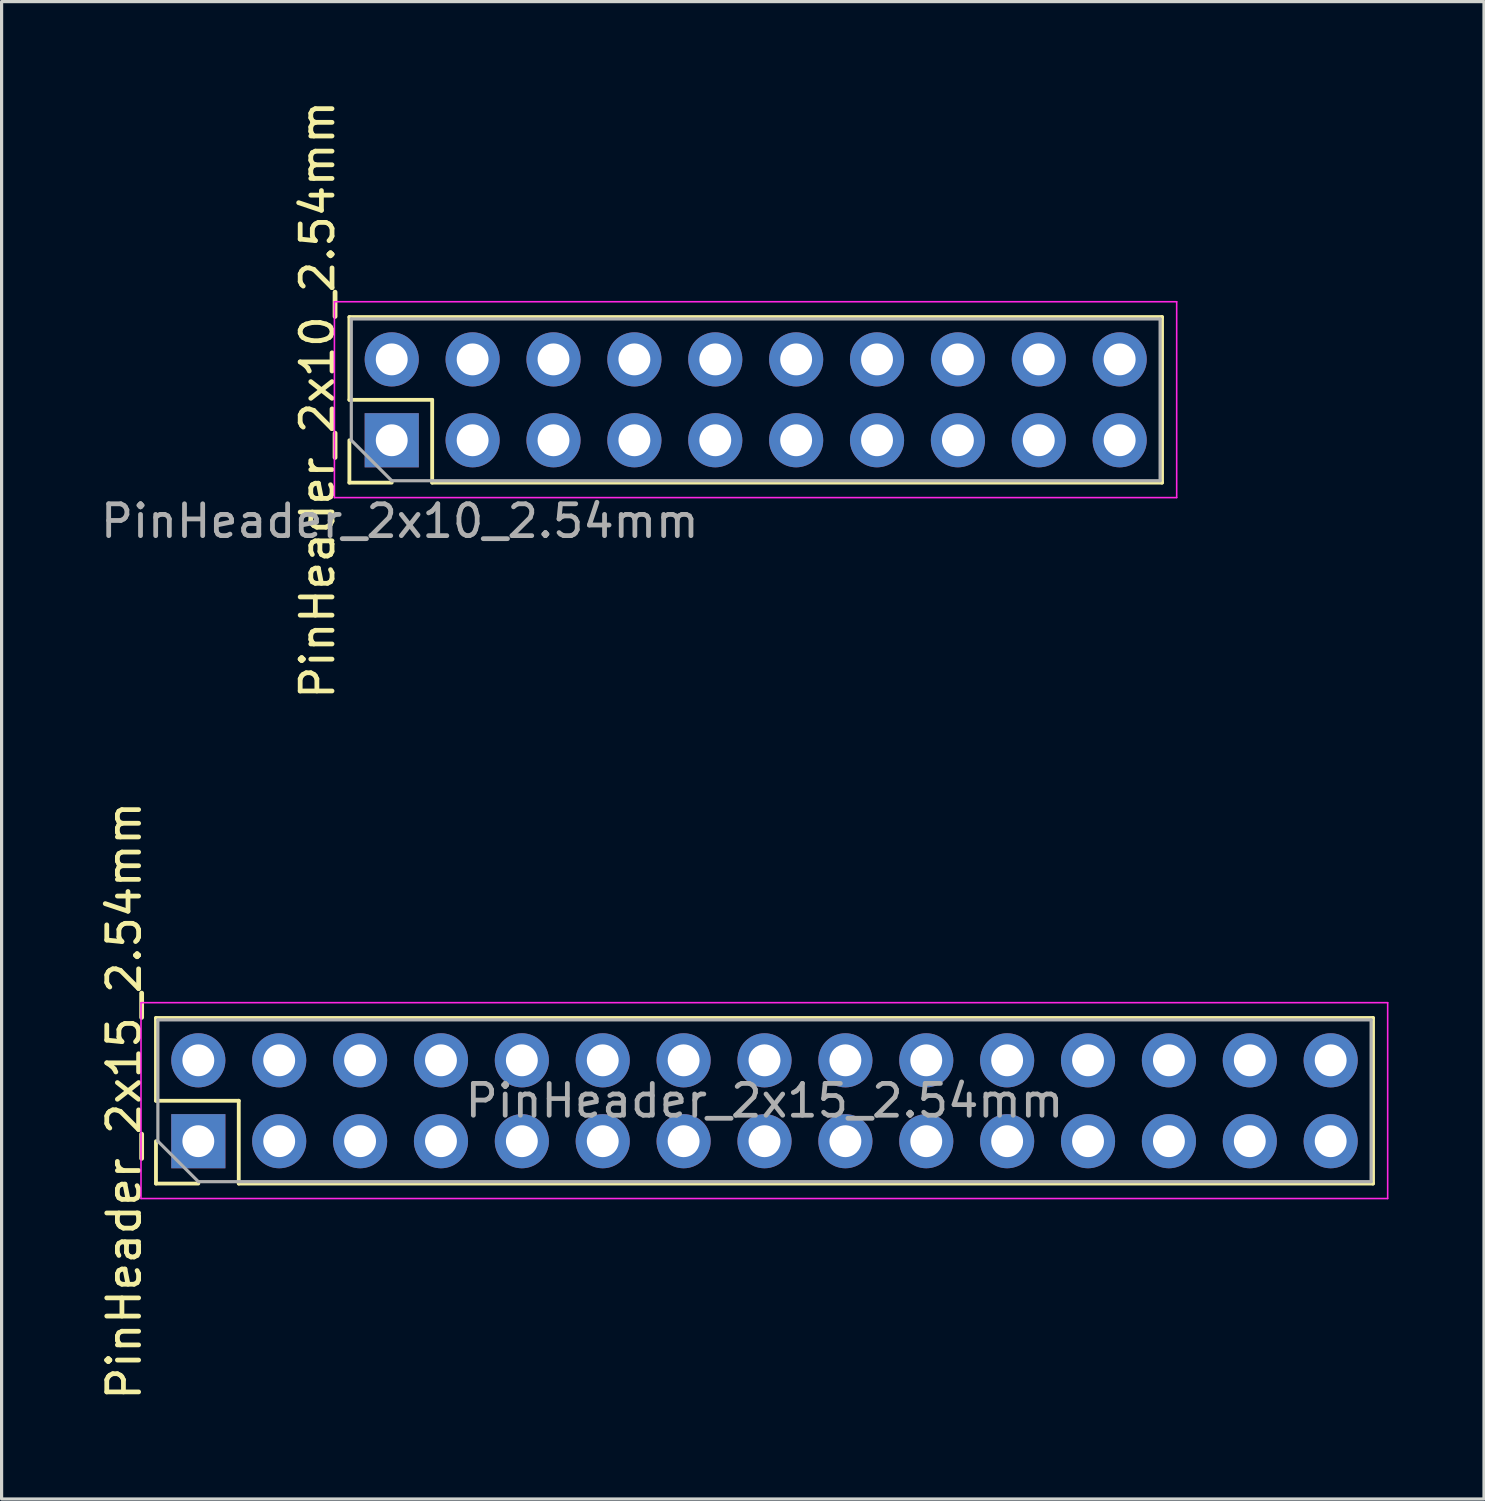
<source format=kicad_pcb>
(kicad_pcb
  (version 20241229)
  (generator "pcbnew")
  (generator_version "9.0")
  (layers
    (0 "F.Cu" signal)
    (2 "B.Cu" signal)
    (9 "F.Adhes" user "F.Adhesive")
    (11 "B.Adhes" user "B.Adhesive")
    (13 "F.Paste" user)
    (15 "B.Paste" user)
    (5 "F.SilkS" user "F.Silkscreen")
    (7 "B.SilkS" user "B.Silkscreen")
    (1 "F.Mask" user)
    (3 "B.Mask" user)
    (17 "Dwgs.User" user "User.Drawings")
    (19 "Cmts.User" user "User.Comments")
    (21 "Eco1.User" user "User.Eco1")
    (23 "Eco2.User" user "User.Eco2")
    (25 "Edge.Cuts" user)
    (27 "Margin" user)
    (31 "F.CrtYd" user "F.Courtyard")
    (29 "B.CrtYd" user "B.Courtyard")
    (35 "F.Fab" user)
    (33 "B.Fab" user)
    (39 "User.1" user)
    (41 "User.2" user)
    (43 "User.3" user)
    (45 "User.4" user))
  (footprint "PinHeader_2x15_2.54mm"
    (layer "F.Cu")
    (at 3.178 32.788)
    (property "Reference" "PinHeader_2x15_2.54mm" (at -2.33 -1.27 90) (layer "F.SilkS") (effects (font (size 1 1) (thickness 0.15))))
    (attr through_hole)
    (fp_line (start -1.33 -3.87) (end 36.89 -3.87) (stroke (width 0.12) (type solid)) (layer "F.SilkS"))
    (fp_line (start -1.33 -1.27) (end -1.33 -3.87) (stroke (width 0.12) (type solid)) (layer "F.SilkS"))
    (fp_line (start -1.33 1.33) (end -1.33 0) (stroke (width 0.12) (type solid)) (layer "F.SilkS"))
    (fp_line (start 0 1.33) (end -1.33 1.33) (stroke (width 0.12) (type solid)) (layer "F.SilkS"))
    (fp_line (start 1.27 -1.27) (end -1.33 -1.27) (stroke (width 0.12) (type solid)) (layer "F.SilkS"))
    (fp_line (start 1.27 1.33) (end 1.27 -1.27) (stroke (width 0.12) (type solid)) (layer "F.SilkS"))
    (fp_line (start 1.27 1.33) (end 36.89 1.33) (stroke (width 0.12) (type solid)) (layer "F.SilkS"))
    (fp_line (start 36.89 1.33) (end 36.89 -3.87) (stroke (width 0.12) (type solid)) (layer "F.SilkS"))
    (fp_poly (pts (xy 0.254 -2.286) (xy -0.254 -2.286) (xy -0.254 -2.794) (xy 0.254 -2.794)) (stroke (width 0.1) (type solid)) (fill no) (layer "Dwgs.User"))
    (fp_poly (pts (xy 0.254 0.254) (xy -0.254 0.254) (xy -0.254 -0.254) (xy 0.254 -0.254)) (stroke (width 0.1) (type solid)) (fill no) (layer "Dwgs.User"))
    (fp_poly (pts (xy 2.794 -2.286) (xy 2.286 -2.286) (xy 2.286 -2.794) (xy 2.794 -2.794)) (stroke (width 0.1) (type solid)) (fill no) (layer "Dwgs.User"))
    (fp_poly (pts (xy 2.794 0.254) (xy 2.286 0.254) (xy 2.286 -0.254) (xy 2.794 -0.254)) (stroke (width 0.1) (type solid)) (fill no) (layer "Dwgs.User"))
    (fp_poly (pts (xy 5.334 -2.286) (xy 4.826 -2.286) (xy 4.826 -2.794) (xy 5.334 -2.794)) (stroke (width 0.1) (type solid)) (fill no) (layer "Dwgs.User"))
    (fp_poly (pts (xy 5.334 0.254) (xy 4.826 0.254) (xy 4.826 -0.254) (xy 5.334 -0.254)) (stroke (width 0.1) (type solid)) (fill no) (layer "Dwgs.User"))
    (fp_poly (pts (xy 7.874 -2.286) (xy 7.366 -2.286) (xy 7.366 -2.794) (xy 7.874 -2.794)) (stroke (width 0.1) (type solid)) (fill no) (layer "Dwgs.User"))
    (fp_poly (pts (xy 7.874 0.254) (xy 7.366 0.254) (xy 7.366 -0.254) (xy 7.874 -0.254)) (stroke (width 0.1) (type solid)) (fill no) (layer "Dwgs.User"))
    (fp_poly (pts (xy 10.414 -2.286) (xy 9.906 -2.286) (xy 9.906 -2.794) (xy 10.414 -2.794)) (stroke (width 0.1) (type solid)) (fill no) (layer "Dwgs.User"))
    (fp_poly (pts (xy 10.414 0.254) (xy 9.906 0.254) (xy 9.906 -0.254) (xy 10.414 -0.254)) (stroke (width 0.1) (type solid)) (fill no) (layer "Dwgs.User"))
    (fp_poly (pts (xy 12.954 -2.286) (xy 12.446 -2.286) (xy 12.446 -2.794) (xy 12.954 -2.794)) (stroke (width 0.1) (type solid)) (fill no) (layer "Dwgs.User"))
    (fp_poly (pts (xy 12.954 0.254) (xy 12.446 0.254) (xy 12.446 -0.254) (xy 12.954 -0.254)) (stroke (width 0.1) (type solid)) (fill no) (layer "Dwgs.User"))
    (fp_poly (pts (xy 15.494 -2.286) (xy 14.986 -2.286) (xy 14.986 -2.794) (xy 15.494 -2.794)) (stroke (width 0.1) (type solid)) (fill no) (layer "Dwgs.User"))
    (fp_poly (pts (xy 15.494 0.254) (xy 14.986 0.254) (xy 14.986 -0.254) (xy 15.494 -0.254)) (stroke (width 0.1) (type solid)) (fill no) (layer "Dwgs.User"))
    (fp_poly (pts (xy 18.034 -2.286) (xy 17.526 -2.286) (xy 17.526 -2.794) (xy 18.034 -2.794)) (stroke (width 0.1) (type solid)) (fill no) (layer "Dwgs.User"))
    (fp_poly (pts (xy 18.034 0.254) (xy 17.526 0.254) (xy 17.526 -0.254) (xy 18.034 -0.254)) (stroke (width 0.1) (type solid)) (fill no) (layer "Dwgs.User"))
    (fp_poly (pts (xy 20.574 -2.286) (xy 20.066 -2.286) (xy 20.066 -2.794) (xy 20.574 -2.794)) (stroke (width 0.1) (type solid)) (fill no) (layer "Dwgs.User"))
    (fp_poly (pts (xy 20.574 0.254) (xy 20.066 0.254) (xy 20.066 -0.254) (xy 20.574 -0.254)) (stroke (width 0.1) (type solid)) (fill no) (layer "Dwgs.User"))
    (fp_poly (pts (xy 23.114 -2.286) (xy 22.606 -2.286) (xy 22.606 -2.794) (xy 23.114 -2.794)) (stroke (width 0.1) (type solid)) (fill no) (layer "Dwgs.User"))
    (fp_poly (pts (xy 23.114 0.254) (xy 22.606 0.254) (xy 22.606 -0.254) (xy 23.114 -0.254)) (stroke (width 0.1) (type solid)) (fill no) (layer "Dwgs.User"))
    (fp_poly (pts (xy 25.654 -2.286) (xy 25.146 -2.286) (xy 25.146 -2.794) (xy 25.654 -2.794)) (stroke (width 0.1) (type solid)) (fill no) (layer "Dwgs.User"))
    (fp_poly (pts (xy 25.654 0.254) (xy 25.146 0.254) (xy 25.146 -0.254) (xy 25.654 -0.254)) (stroke (width 0.1) (type solid)) (fill no) (layer "Dwgs.User"))
    (fp_poly (pts (xy 28.194 -2.286) (xy 27.686 -2.286) (xy 27.686 -2.794) (xy 28.194 -2.794)) (stroke (width 0.1) (type solid)) (fill no) (layer "Dwgs.User"))
    (fp_poly (pts (xy 28.194 0.254) (xy 27.686 0.254) (xy 27.686 -0.254) (xy 28.194 -0.254)) (stroke (width 0.1) (type solid)) (fill no) (layer "Dwgs.User"))
    (fp_poly (pts (xy 30.734 -2.286) (xy 30.226 -2.286) (xy 30.226 -2.794) (xy 30.734 -2.794)) (stroke (width 0.1) (type solid)) (fill no) (layer "Dwgs.User"))
    (fp_poly (pts (xy 30.734 0.254) (xy 30.226 0.254) (xy 30.226 -0.254) (xy 30.734 -0.254)) (stroke (width 0.1) (type solid)) (fill no) (layer "Dwgs.User"))
    (fp_poly (pts (xy 33.274 -2.286) (xy 32.766 -2.286) (xy 32.766 -2.794) (xy 33.274 -2.794)) (stroke (width 0.1) (type solid)) (fill no) (layer "Dwgs.User"))
    (fp_poly (pts (xy 33.274 0.254) (xy 32.766 0.254) (xy 32.766 -0.254) (xy 33.274 -0.254)) (stroke (width 0.1) (type solid)) (fill no) (layer "Dwgs.User"))
    (fp_poly (pts (xy 35.814 -2.286) (xy 35.306 -2.286) (xy 35.306 -2.794) (xy 35.814 -2.794)) (stroke (width 0.1) (type solid)) (fill no) (layer "Dwgs.User"))
    (fp_poly (pts (xy 35.814 0.254) (xy 35.306 0.254) (xy 35.306 -0.254) (xy 35.814 -0.254)) (stroke (width 0.1) (type solid)) (fill no) (layer "Dwgs.User"))
    (fp_line (start -1.8 -4.35) (end -1.8 1.8) (stroke (width 0.05) (type solid)) (layer "F.CrtYd"))
    (fp_line (start -1.8 1.8) (end 37.35 1.8) (stroke (width 0.05) (type solid)) (layer "F.CrtYd"))
    (fp_line (start 37.35 -4.35) (end -1.8 -4.35) (stroke (width 0.05) (type solid)) (layer "F.CrtYd"))
    (fp_line (start 37.35 1.8) (end 37.35 -4.35) (stroke (width 0.05) (type solid)) (layer "F.CrtYd"))
    (fp_line (start -1.27 -3.81) (end 36.83 -3.81) (stroke (width 0.1) (type solid)) (layer "F.Fab"))
    (fp_line (start -1.27 0) (end -1.27 -3.81) (stroke (width 0.1) (type solid)) (layer "F.Fab"))
    (fp_line (start 0 1.27) (end -1.27 0) (stroke (width 0.1) (type solid)) (layer "F.Fab"))
    (fp_line (start 36.83 -3.81) (end 36.83 1.27) (stroke (width 0.1) (type solid)) (layer "F.Fab"))
    (fp_line (start 36.83 1.27) (end 0 1.27) (stroke (width 0.1) (type solid)) (layer "F.Fab"))
    (fp_text user "${REFERENCE}" (at 17.78 -1.27 180) (layer "F.Fab") (effects (font (size 1 1) (thickness 0.15))))
    (pad "1" thru_hole rect (at 0 0 90) (size 1.7 1.7) (drill 1) (layers "*.Cu" "*.Mask"))
    (pad "2" thru_hole oval (at 0 -2.54 90) (size 1.7 1.7) (drill 1) (layers "*.Cu" "*.Mask"))
    (pad "3" thru_hole oval (at 2.54 0 90) (size 1.7 1.7) (drill 1) (layers "*.Cu" "*.Mask"))
    (pad "4" thru_hole oval (at 2.54 -2.54 90) (size 1.7 1.7) (drill 1) (layers "*.Cu" "*.Mask"))
    (pad "5" thru_hole oval (at 5.08 0 90) (size 1.7 1.7) (drill 1) (layers "*.Cu" "*.Mask"))
    (pad "6" thru_hole oval (at 5.08 -2.54 90) (size 1.7 1.7) (drill 1) (layers "*.Cu" "*.Mask"))
    (pad "7" thru_hole oval (at 7.62 0 90) (size 1.7 1.7) (drill 1) (layers "*.Cu" "*.Mask"))
    (pad "8" thru_hole oval (at 7.62 -2.54 90) (size 1.7 1.7) (drill 1) (layers "*.Cu" "*.Mask"))
    (pad "9" thru_hole oval (at 10.16 0 90) (size 1.7 1.7) (drill 1) (layers "*.Cu" "*.Mask"))
    (pad "10" thru_hole oval (at 10.16 -2.54 90) (size 1.7 1.7) (drill 1) (layers "*.Cu" "*.Mask"))
    (pad "11" thru_hole oval (at 12.7 0 90) (size 1.7 1.7) (drill 1) (layers "*.Cu" "*.Mask"))
    (pad "12" thru_hole oval (at 12.7 -2.54 90) (size 1.7 1.7) (drill 1) (layers "*.Cu" "*.Mask"))
    (pad "13" thru_hole oval (at 15.24 0 90) (size 1.7 1.7) (drill 1) (layers "*.Cu" "*.Mask"))
    (pad "14" thru_hole oval (at 15.24 -2.54 90) (size 1.7 1.7) (drill 1) (layers "*.Cu" "*.Mask"))
    (pad "15" thru_hole oval (at 17.78 0 90) (size 1.7 1.7) (drill 1) (layers "*.Cu" "*.Mask"))
    (pad "16" thru_hole oval (at 17.78 -2.54 90) (size 1.7 1.7) (drill 1) (layers "*.Cu" "*.Mask"))
    (pad "17" thru_hole oval (at 20.32 0 90) (size 1.7 1.7) (drill 1) (layers "*.Cu" "*.Mask"))
    (pad "18" thru_hole oval (at 20.32 -2.54 90) (size 1.7 1.7) (drill 1) (layers "*.Cu" "*.Mask"))
    (pad "19" thru_hole oval (at 22.86 0 90) (size 1.7 1.7) (drill 1) (layers "*.Cu" "*.Mask"))
    (pad "20" thru_hole oval (at 22.86 -2.54 90) (size 1.7 1.7) (drill 1) (layers "*.Cu" "*.Mask"))
    (pad "21" thru_hole oval (at 25.4 0 90) (size 1.7 1.7) (drill 1) (layers "*.Cu" "*.Mask"))
    (pad "22" thru_hole oval (at 25.4 -2.54 90) (size 1.7 1.7) (drill 1) (layers "*.Cu" "*.Mask"))
    (pad "23" thru_hole oval (at 27.94 0 90) (size 1.7 1.7) (drill 1) (layers "*.Cu" "*.Mask"))
    (pad "24" thru_hole oval (at 27.94 -2.54 90) (size 1.7 1.7) (drill 1) (layers "*.Cu" "*.Mask"))
    (pad "25" thru_hole oval (at 30.48 0 90) (size 1.7 1.7) (drill 1) (layers "*.Cu" "*.Mask"))
    (pad "26" thru_hole oval (at 30.48 -2.54 90) (size 1.7 1.7) (drill 1) (layers "*.Cu" "*.Mask"))
    (pad "27" thru_hole oval (at 33.02 0 90) (size 1.7 1.7) (drill 1) (layers "*.Cu" "*.Mask"))
    (pad "28" thru_hole oval (at 33.02 -2.54 90) (size 1.7 1.7) (drill 1) (layers "*.Cu" "*.Mask"))
    (pad "29" thru_hole oval (at 35.56 0 90) (size 1.7 1.7) (drill 1) (layers "*.Cu" "*.Mask"))
    (pad "30" thru_hole oval (at 35.56 -2.54 90) (size 1.7 1.7) (drill 1) (layers "*.Cu" "*.Mask")))
  (footprint "PinHeader_2x10_2.54mm"
    (layer "F.Cu")
    (at 9.252 10.776)
    (property "Reference" "PinHeader_2x10_2.54mm" (at -2.33 -1.27 90) (layer "F.SilkS") (effects (font (size 1 1) (thickness 0.15))))
    (attr through_hole)
    (fp_line (start -1.33 -3.87) (end 24.19 -3.87) (stroke (width 0.12) (type solid)) (layer "F.SilkS"))
    (fp_line (start -1.33 -1.27) (end -1.33 -3.87) (stroke (width 0.12) (type solid)) (layer "F.SilkS"))
    (fp_line (start -1.33 1.33) (end -1.33 0) (stroke (width 0.12) (type solid)) (layer "F.SilkS"))
    (fp_line (start 0 1.33) (end -1.33 1.33) (stroke (width 0.12) (type solid)) (layer "F.SilkS"))
    (fp_line (start 1.27 -1.27) (end -1.33 -1.27) (stroke (width 0.12) (type solid)) (layer "F.SilkS"))
    (fp_line (start 1.27 1.33) (end 1.27 -1.27) (stroke (width 0.12) (type solid)) (layer "F.SilkS"))
    (fp_line (start 1.27 1.33) (end 24.19 1.33) (stroke (width 0.12) (type solid)) (layer "F.SilkS"))
    (fp_line (start 24.19 1.33) (end 24.19 -3.87) (stroke (width 0.12) (type solid)) (layer "F.SilkS"))
    (fp_poly (pts (xy 0.254 -2.286) (xy -0.254 -2.286) (xy -0.254 -2.794) (xy 0.254 -2.794)) (stroke (width 0.1) (type solid)) (fill no) (layer "Dwgs.User"))
    (fp_poly (pts (xy 0.254 0.254) (xy -0.254 0.254) (xy -0.254 -0.254) (xy 0.254 -0.254)) (stroke (width 0.1) (type solid)) (fill no) (layer "Dwgs.User"))
    (fp_poly (pts (xy 2.794 -2.286) (xy 2.286 -2.286) (xy 2.286 -2.794) (xy 2.794 -2.794)) (stroke (width 0.1) (type solid)) (fill no) (layer "Dwgs.User"))
    (fp_poly (pts (xy 2.794 0.254) (xy 2.286 0.254) (xy 2.286 -0.254) (xy 2.794 -0.254)) (stroke (width 0.1) (type solid)) (fill no) (layer "Dwgs.User"))
    (fp_poly (pts (xy 5.334 -2.286) (xy 4.826 -2.286) (xy 4.826 -2.794) (xy 5.334 -2.794)) (stroke (width 0.1) (type solid)) (fill no) (layer "Dwgs.User"))
    (fp_poly (pts (xy 5.334 0.254) (xy 4.826 0.254) (xy 4.826 -0.254) (xy 5.334 -0.254)) (stroke (width 0.1) (type solid)) (fill no) (layer "Dwgs.User"))
    (fp_poly (pts (xy 7.874 -2.286) (xy 7.366 -2.286) (xy 7.366 -2.794) (xy 7.874 -2.794)) (stroke (width 0.1) (type solid)) (fill no) (layer "Dwgs.User"))
    (fp_poly (pts (xy 7.874 0.254) (xy 7.366 0.254) (xy 7.366 -0.254) (xy 7.874 -0.254)) (stroke (width 0.1) (type solid)) (fill no) (layer "Dwgs.User"))
    (fp_poly (pts (xy 10.414 -2.286) (xy 9.906 -2.286) (xy 9.906 -2.794) (xy 10.414 -2.794)) (stroke (width 0.1) (type solid)) (fill no) (layer "Dwgs.User"))
    (fp_poly (pts (xy 10.414 0.254) (xy 9.906 0.254) (xy 9.906 -0.254) (xy 10.414 -0.254)) (stroke (width 0.1) (type solid)) (fill no) (layer "Dwgs.User"))
    (fp_poly (pts (xy 12.954 -2.286) (xy 12.446 -2.286) (xy 12.446 -2.794) (xy 12.954 -2.794)) (stroke (width 0.1) (type solid)) (fill no) (layer "Dwgs.User"))
    (fp_poly (pts (xy 12.954 0.254) (xy 12.446 0.254) (xy 12.446 -0.254) (xy 12.954 -0.254)) (stroke (width 0.1) (type solid)) (fill no) (layer "Dwgs.User"))
    (fp_poly (pts (xy 15.494 -2.286) (xy 14.986 -2.286) (xy 14.986 -2.794) (xy 15.494 -2.794)) (stroke (width 0.1) (type solid)) (fill no) (layer "Dwgs.User"))
    (fp_poly (pts (xy 15.494 0.254) (xy 14.986 0.254) (xy 14.986 -0.254) (xy 15.494 -0.254)) (stroke (width 0.1) (type solid)) (fill no) (layer "Dwgs.User"))
    (fp_poly (pts (xy 18.034 -2.286) (xy 17.526 -2.286) (xy 17.526 -2.794) (xy 18.034 -2.794)) (stroke (width 0.1) (type solid)) (fill no) (layer "Dwgs.User"))
    (fp_poly (pts (xy 18.034 0.254) (xy 17.526 0.254) (xy 17.526 -0.254) (xy 18.034 -0.254)) (stroke (width 0.1) (type solid)) (fill no) (layer "Dwgs.User"))
    (fp_poly (pts (xy 20.574 -2.286) (xy 20.066 -2.286) (xy 20.066 -2.794) (xy 20.574 -2.794)) (stroke (width 0.1) (type solid)) (fill no) (layer "Dwgs.User"))
    (fp_poly (pts (xy 20.574 0.254) (xy 20.066 0.254) (xy 20.066 -0.254) (xy 20.574 -0.254)) (stroke (width 0.1) (type solid)) (fill no) (layer "Dwgs.User"))
    (fp_poly (pts (xy 23.114 -2.286) (xy 22.606 -2.286) (xy 22.606 -2.794) (xy 23.114 -2.794)) (stroke (width 0.1) (type solid)) (fill no) (layer "Dwgs.User"))
    (fp_poly (pts (xy 23.114 0.254) (xy 22.606 0.254) (xy 22.606 -0.254) (xy 23.114 -0.254)) (stroke (width 0.1) (type solid)) (fill no) (layer "Dwgs.User"))
    (fp_line (start -1.8 -4.35) (end -1.8 1.8) (stroke (width 0.05) (type solid)) (layer "F.CrtYd"))
    (fp_line (start -1.8 1.8) (end 24.65 1.8) (stroke (width 0.05) (type solid)) (layer "F.CrtYd"))
    (fp_line (start 24.65 -4.35) (end -1.8 -4.35) (stroke (width 0.05) (type solid)) (layer "F.CrtYd"))
    (fp_line (start 24.65 1.8) (end 24.65 -4.35) (stroke (width 0.05) (type solid)) (layer "F.CrtYd"))
    (fp_line (start -1.27 -3.81) (end 24.13 -3.81) (stroke (width 0.1) (type solid)) (layer "F.Fab"))
    (fp_line (start -1.27 0) (end -1.27 -3.81) (stroke (width 0.1) (type solid)) (layer "F.Fab"))
    (fp_line (start 0 1.27) (end -1.27 0) (stroke (width 0.1) (type solid)) (layer "F.Fab"))
    (fp_line (start 24.13 -3.81) (end 24.13 1.27) (stroke (width 0.1) (type solid)) (layer "F.Fab"))
    (fp_line (start 24.13 1.27) (end 0 1.27) (stroke (width 0.1) (type solid)) (layer "F.Fab"))
    (fp_text user "${REFERENCE}" (at 0.254 2.54 180) (layer "F.Fab") (effects (font (size 1 1) (thickness 0.15))))
    (pad "1" thru_hole rect (at 0 0 90) (size 1.7 1.7) (drill 1) (layers "*.Cu" "*.Mask"))
    (pad "2" thru_hole oval (at 0 -2.54 90) (size 1.7 1.7) (drill 1) (layers "*.Cu" "*.Mask"))
    (pad "3" thru_hole oval (at 2.54 0 90) (size 1.7 1.7) (drill 1) (layers "*.Cu" "*.Mask"))
    (pad "4" thru_hole oval (at 2.54 -2.54 90) (size 1.7 1.7) (drill 1) (layers "*.Cu" "*.Mask"))
    (pad "5" thru_hole oval (at 5.08 0 90) (size 1.7 1.7) (drill 1) (layers "*.Cu" "*.Mask"))
    (pad "6" thru_hole oval (at 5.08 -2.54 90) (size 1.7 1.7) (drill 1) (layers "*.Cu" "*.Mask"))
    (pad "7" thru_hole oval (at 7.62 0 90) (size 1.7 1.7) (drill 1) (layers "*.Cu" "*.Mask"))
    (pad "8" thru_hole oval (at 7.62 -2.54 90) (size 1.7 1.7) (drill 1) (layers "*.Cu" "*.Mask"))
    (pad "9" thru_hole oval (at 10.16 0 90) (size 1.7 1.7) (drill 1) (layers "*.Cu" "*.Mask"))
    (pad "10" thru_hole oval (at 10.16 -2.54 90) (size 1.7 1.7) (drill 1) (layers "*.Cu" "*.Mask"))
    (pad "11" thru_hole oval (at 12.7 0 90) (size 1.7 1.7) (drill 1) (layers "*.Cu" "*.Mask"))
    (pad "12" thru_hole oval (at 12.7 -2.54 90) (size 1.7 1.7) (drill 1) (layers "*.Cu" "*.Mask"))
    (pad "13" thru_hole oval (at 15.24 0 90) (size 1.7 1.7) (drill 1) (layers "*.Cu" "*.Mask"))
    (pad "14" thru_hole oval (at 15.24 -2.54 90) (size 1.7 1.7) (drill 1) (layers "*.Cu" "*.Mask"))
    (pad "15" thru_hole oval (at 17.78 0 90) (size 1.7 1.7) (drill 1) (layers "*.Cu" "*.Mask"))
    (pad "16" thru_hole oval (at 17.78 -2.54 90) (size 1.7 1.7) (drill 1) (layers "*.Cu" "*.Mask"))
    (pad "17" thru_hole oval (at 20.32 0 90) (size 1.7 1.7) (drill 1) (layers "*.Cu" "*.Mask"))
    (pad "18" thru_hole oval (at 20.32 -2.54 90) (size 1.7 1.7) (drill 1) (layers "*.Cu" "*.Mask"))
    (pad "19" thru_hole oval (at 22.86 0 90) (size 1.7 1.7) (drill 1) (layers "*.Cu" "*.Mask"))
    (pad "20" thru_hole oval (at 22.86 -2.54 90) (size 1.7 1.7) (drill 1) (layers "*.Cu" "*.Mask")))
  (gr_rect
    (start -3 -3)
    (end 43.553 44.024)
    (stroke (width 0.1) (type default))
    (fill no)
    (layer "Edge.Cuts")))
</source>
